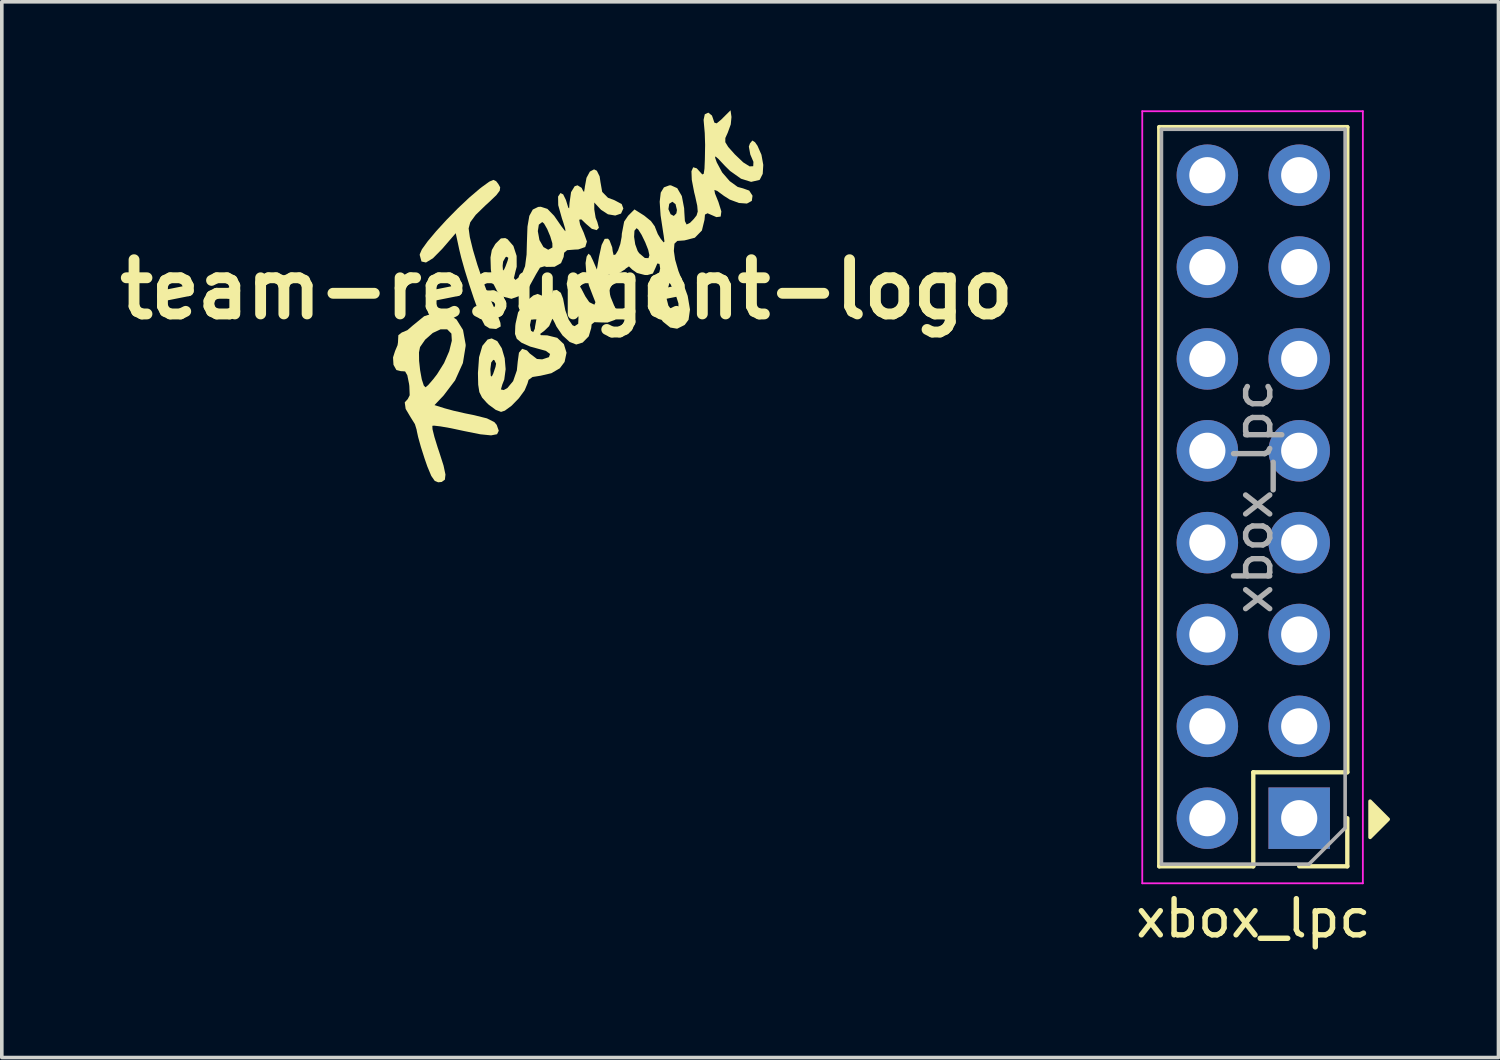
<source format=kicad_pcb>
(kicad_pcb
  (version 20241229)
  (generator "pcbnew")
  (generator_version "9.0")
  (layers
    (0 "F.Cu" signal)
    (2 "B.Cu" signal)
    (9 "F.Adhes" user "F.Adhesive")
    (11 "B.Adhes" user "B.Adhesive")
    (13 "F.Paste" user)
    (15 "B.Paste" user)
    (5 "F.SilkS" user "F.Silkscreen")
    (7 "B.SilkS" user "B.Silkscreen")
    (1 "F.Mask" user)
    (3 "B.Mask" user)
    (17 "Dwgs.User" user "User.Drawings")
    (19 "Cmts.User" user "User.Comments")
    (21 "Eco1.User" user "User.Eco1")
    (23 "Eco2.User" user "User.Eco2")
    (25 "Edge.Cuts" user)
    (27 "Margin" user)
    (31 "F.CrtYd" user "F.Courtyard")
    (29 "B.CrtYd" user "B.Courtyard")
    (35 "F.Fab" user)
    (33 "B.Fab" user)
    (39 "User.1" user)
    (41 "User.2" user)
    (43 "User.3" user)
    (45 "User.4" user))
  (footprint "team-resurgent-logo"
    (layer "F.Cu")
    (at 12.621 4.953)
    (property "Reference" "team-resurgent-logo" (at 0 0 0) (layer "F.SilkS") (effects (font (size 1.5 1.5) (thickness 0.3))))
    (attr board_only exclude_from_pos_files exclude_from_bom)
    (fp_poly (pts (xy -1.952 -2.993) (xy -1.892 -2.917) (xy -1.84 -2.823) (xy -1.852 -2.731) (xy -1.946 -2.606) (xy -2.144 -2.417) (xy -2.242 -2.328) (xy -2.517 -2.061) (xy -2.667 -1.857) (xy -2.712 -1.689) (xy -2.712 -1.687) (xy -2.679 -1.445) (xy -2.593 -1.093) (xy -2.47 -0.68) (xy -2.323 -0.25) (xy -2.169 0.149) (xy -2.03 0.452) (xy -1.908 0.716) (xy -1.834 0.923) (xy -1.825 1.024) (xy -1.952 1.094) (xy -2.132 1.079) (xy -2.266 0.995) (xy -2.339 0.855) (xy -2.445 0.593) (xy -2.569 0.248) (xy -2.698 -0.14) (xy -2.819 -0.529) (xy -2.918 -0.881) (xy -2.97 -1.095) (xy -3.069 -1.555) (xy -3.443 -1.121) (xy -3.699 -0.861) (xy -3.892 -0.744) (xy -4.016 -0.772) (xy -4.064 -0.947) (xy -4.064 -0.972) (xy -4.005 -1.108) (xy -3.845 -1.33) (xy -3.609 -1.611) (xy -3.323 -1.924) (xy -3.01 -2.242) (xy -2.696 -2.538) (xy -2.406 -2.785) (xy -2.34 -2.836) (xy -2.141 -2.98) (xy -2.028 -3.029)) (stroke (width 0) (type solid)) (fill yes) (layer "F.SilkS"))
    (fp_poly (pts (xy -3.306 0.665) (xy -3.048 0.831) (xy -2.868 1.12) (xy -2.795 1.521) (xy -2.794 1.562) (xy -2.871 2.036) (xy -3.087 2.515) (xy -3.404 2.933) (xy -3.656 3.199) (xy -3.373 3.288) (xy -3.134 3.353) (xy -2.81 3.427) (xy -2.558 3.478) (xy -2.206 3.566) (xy -2 3.67) (xy -1.936 3.746) (xy -1.879 3.908) (xy -1.926 4.004) (xy -2.092 4.036) (xy -2.39 4.006) (xy -2.833 3.917) (xy -2.852 3.913) (xy -3.202 3.838) (xy -3.488 3.788) (xy -3.67 3.767) (xy -3.716 3.772) (xy -3.711 3.867) (xy -3.658 4.081) (xy -3.567 4.375) (xy -3.527 4.493) (xy -3.406 4.871) (xy -3.353 5.119) (xy -3.369 5.261) (xy -3.457 5.324) (xy -3.554 5.334) (xy -3.65 5.294) (xy -3.745 5.158) (xy -3.854 4.897) (xy -3.93 4.678) (xy -4.033 4.354) (xy -4.109 4.081) (xy -4.147 3.907) (xy -4.149 3.885) (xy -4.198 3.725) (xy -4.318 3.533) (xy -4.454 3.304) (xy -4.479 3.124) (xy -4.395 3.031) (xy -4.342 2.926) (xy -4.352 2.671) (xy -4.36 2.611) (xy -4.408 2.373) (xy -4.469 2.268) (xy -4.567 2.26) (xy -4.576 2.263) (xy -4.71 2.229) (xy -4.791 2.084) (xy -4.803 1.881) (xy -4.759 1.742) (xy -4.085 1.742) (xy -4.082 1.975) (xy -4.053 2.241) (xy -4.008 2.486) (xy -3.952 2.658) (xy -3.904 2.707) (xy -3.829 2.643) (xy -3.691 2.483) (xy -3.586 2.347) (xy -3.391 2.035) (xy -3.249 1.708) (xy -3.177 1.417) (xy -3.189 1.221) (xy -3.305 1.104) (xy -3.489 1.104) (xy -3.704 1.204) (xy -3.914 1.389) (xy -4.056 1.594) (xy -4.085 1.742) (xy -4.759 1.742) (xy -4.747 1.705) (xy -4.678 1.542) (xy -4.666 1.464) (xy -4.656 1.266) (xy -4.554 1.186) (xy -4.543 1.185) (xy -4.406 1.127) (xy -4.268 1.007) (xy -3.943 0.742) (xy -3.613 0.632)) (stroke (width 0) (type solid)) (fill yes) (layer "F.SilkS"))
    (fp_poly (pts (xy 0.833 -3.282) (xy 0.91 -3.126) (xy 0.933 -2.968) (xy 0.981 -2.697) (xy 1.141 -2.534) (xy 1.32 -2.467) (xy 1.52 -2.361) (xy 1.566 -2.238) (xy 1.502 -2.097) (xy 1.342 -2.043) (xy 1.141 -2.077) (xy 0.95 -2.201) (xy 0.939 -2.212) (xy 0.762 -2.403) (xy 0.762 -2.212) (xy 0.8 -1.981) (xy 0.847 -1.862) (xy 0.89 -1.703) (xy 0.827 -1.639) (xy 0.695 -1.675) (xy 0.536 -1.811) (xy 0.402 -1.938) (xy 0.345 -1.926) (xy 0.37 -1.791) (xy 0.469 -1.572) (xy 0.559 -1.324) (xy 0.512 -1.172) (xy 0.322 -1.106) (xy 0.214 -1.101) (xy 0.012 -1.085) (xy -0.071 -1.015) (xy -0.085 -0.898) (xy -0.157 -0.727) (xy -0.335 -0.626) (xy -0.561 -0.622) (xy -0.616 -0.639) (xy -0.739 -0.603) (xy -0.846 -0.424) (xy -1.047 -0.059) (xy -1.28 0.172) (xy -1.528 0.26) (xy -1.771 0.197) (xy -1.908 0.081) (xy -2.027 -0.154) (xy -2.095 -0.526) (xy -2.099 -0.576) (xy -2.101 -0.651) (xy -1.772 -0.651) (xy -1.762 -0.521) (xy -1.728 -0.556) (xy -1.693 -0.635) (xy -1.632 -0.801) (xy -1.615 -0.873) (xy -1.662 -0.904) (xy -1.693 -0.889) (xy -1.759 -0.771) (xy -1.772 -0.651) (xy -2.101 -0.651) (xy -2.108 -0.884) (xy -2.071 -1.089) (xy -1.977 -1.252) (xy -1.961 -1.271) (xy -1.82 -1.41) (xy -1.7 -1.42) (xy -1.636 -1.388) (xy -1.475 -1.203) (xy -1.385 -0.926) (xy -1.383 -0.626) (xy -1.417 -0.498) (xy -1.461 -0.312) (xy -1.416 -0.262) (xy -1.301 -0.353) (xy -1.232 -0.442) (xy -1.152 -0.641) (xy -1.11 -0.964) (xy -1.101 -1.294) (xy -1.09 -1.612) (xy -0.799 -1.612) (xy -0.756 -1.374) (xy -0.75 -1.357) (xy -0.643 -1.171) (xy -0.512 -1.097) (xy -0.4 -1.157) (xy -0.395 -1.164) (xy -0.398 -1.277) (xy -0.455 -1.467) (xy -0.54 -1.67) (xy -0.627 -1.822) (xy -0.677 -1.863) (xy -0.771 -1.791) (xy -0.799 -1.612) (xy -1.09 -1.612) (xy -1.085 -1.737) (xy -1.034 -2.034) (xy -0.939 -2.208) (xy -0.79 -2.281) (xy -0.718 -2.286) (xy -0.534 -2.227) (xy -0.348 -2.036) (xy -0.286 -1.947) (xy -0.15 -1.75) (xy -0.057 -1.628) (xy -0.035 -1.609) (xy -0.043 -1.68) (xy -0.097 -1.859) (xy -0.131 -1.958) (xy -0.235 -2.329) (xy -0.239 -2.568) (xy -0.173 -2.665) (xy -0.098 -2.628) (xy -0.022 -2.473) (xy -0.011 -2.437) (xy 0.043 -2.262) (xy 0.067 -2.242) (xy 0.076 -2.368) (xy 0.077 -2.385) (xy 0.12 -2.689) (xy 0.22 -2.853) (xy 0.299 -2.879) (xy 0.412 -2.809) (xy 0.45 -2.731) (xy 0.479 -2.693) (xy 0.499 -2.808) (xy 0.501 -2.836) (xy 0.547 -3.086) (xy 0.64 -3.258) (xy 0.756 -3.32)) (stroke (width 0) (type solid)) (fill yes) (layer "F.SilkS"))
    (fp_poly (pts (xy 4.556 -4.768) (xy 4.536 -4.563) (xy 4.453 -4.334) (xy 4.386 -4.186) (xy 4.385 -4.072) (xy 4.466 -3.939) (xy 4.647 -3.736) (xy 4.882 -3.512) (xy 5.058 -3.402) (xy 5.157 -3.407) (xy 5.163 -3.527) (xy 5.076 -3.732) (xy 5.036 -3.949) (xy 5.066 -4.036) (xy 5.133 -4.117) (xy 5.207 -4.07) (xy 5.276 -3.971) (xy 5.385 -3.723) (xy 5.435 -3.444) (xy 5.42 -3.196) (xy 5.339 -3.035) (xy 5.326 -3.026) (xy 5.099 -2.974) (xy 4.82 -3.061) (xy 4.517 -3.276) (xy 4.378 -3.413) (xy 4.198 -3.605) (xy 4.113 -3.679) (xy 4.103 -3.644) (xy 4.149 -3.513) (xy 4.299 -3.234) (xy 4.507 -2.994) (xy 4.728 -2.834) (xy 4.875 -2.794) (xy 5.046 -2.733) (xy 5.138 -2.591) (xy 5.118 -2.448) (xy 4.983 -2.374) (xy 4.762 -2.39) (xy 4.507 -2.485) (xy 4.347 -2.587) (xy 4.161 -2.724) (xy 4.083 -2.751) (xy 4.1 -2.653) (xy 4.194 -2.42) (xy 4.276 -2.157) (xy 4.257 -2.014) (xy 4.139 -1.999) (xy 4.064 -2.032) (xy 3.894 -2.106) (xy 3.823 -2.069) (xy 3.81 -1.924) (xy 3.738 -1.629) (xy 3.543 -1.429) (xy 3.256 -1.355) (xy 3.255 -1.355) (xy 3.059 -1.341) (xy 2.979 -1.265) (xy 2.963 -1.076) (xy 2.963 -1.061) (xy 2.998 -0.822) (xy 3.088 -0.512) (xy 3.18 -0.278) (xy 3.345 0.178) (xy 3.409 0.557) (xy 3.369 0.84) (xy 3.262 0.983) (xy 3.053 1.087) (xy 2.863 1.054) (xy 2.663 0.893) (xy 2.527 0.714) (xy 2.466 0.492) (xy 2.455 0.263) (xy 2.456 0.26) (xy 2.763 0.26) (xy 2.811 0.448) (xy 2.902 0.569) (xy 3.011 0.585) (xy 3.09 0.509) (xy 3.089 0.386) (xy 3.024 0.182) (xy 2.993 0.113) (xy 2.845 -0.199) (xy 2.781 0.04) (xy 2.763 0.26) (xy 2.456 0.26) (xy 2.473 -0.036) (xy 2.516 -0.301) (xy 2.541 -0.383) (xy 2.584 -0.579) (xy 2.565 -0.705) (xy 2.505 -0.717) (xy 2.453 -0.592) (xy 2.381 -0.439) (xy 2.231 -0.397) (xy 2.154 -0.4) (xy 1.941 -0.456) (xy 1.811 -0.549) (xy 1.721 -0.636) (xy 1.633 -0.578) (xy 1.609 -0.551) (xy 1.446 -0.451) (xy 1.295 -0.423) (xy 1.166 -0.411) (xy 1.117 -0.344) (xy 1.128 -0.176) (xy 1.146 -0.065) (xy 1.215 0.211) (xy 1.31 0.445) (xy 1.333 0.485) (xy 1.404 0.694) (xy 1.328 0.845) (xy 1.125 0.917) (xy 0.957 0.913) (xy 0.765 0.906) (xy 0.689 0.966) (xy 0.677 1.069) (xy 0.609 1.298) (xy 0.442 1.469) (xy 0.263 1.524) (xy 0.082 1.453) (xy -0.116 1.272) (xy -0.283 1.028) (xy -0.328 0.931) (xy -0.391 0.811) (xy -0.418 0.854) (xy -0.418 0.863) (xy -0.487 1.016) (xy -0.612 1.138) (xy -0.733 1.23) (xy -0.717 1.265) (xy -0.548 1.27) (xy -0.54 1.27) (xy -0.263 1.338) (xy -0.079 1.513) (xy -0.005 1.751) (xy -0.059 2.006) (xy -0.191 2.181) (xy -0.424 2.317) (xy -0.72 2.386) (xy -0.947 2.422) (xy -1.055 2.501) (xy -1.085 2.604) (xy -1.163 2.79) (xy -1.324 3.01) (xy -1.521 3.213) (xy -1.711 3.353) (xy -1.816 3.387) (xy -1.964 3.33) (xy -2.155 3.189) (xy -2.208 3.139) (xy -2.341 2.99) (xy -2.416 2.84) (xy -2.448 2.635) (xy -2.455 2.318) (xy -2.455 2.311) (xy -2.447 2.201) (xy -2.111 2.201) (xy -2.111 2.223) (xy -2.1 2.392) (xy -2.072 2.408) (xy -2.032 2.328) (xy -1.969 2.142) (xy -1.953 2.053) (xy -2.001 1.955) (xy -2.032 1.947) (xy -2.088 2.021) (xy -2.111 2.201) (xy -2.447 2.201) (xy -2.424 1.874) (xy -2.333 1.561) (xy -2.189 1.386) (xy -2.074 1.355) (xy -1.919 1.431) (xy -1.795 1.629) (xy -1.715 1.903) (xy -1.689 2.206) (xy -1.727 2.493) (xy -1.781 2.63) (xy -1.82 2.766) (xy -1.743 2.783) (xy -1.643 2.729) (xy -1.482 2.536) (xy -1.379 2.24) (xy -1.355 2) (xy -1.321 1.75) (xy -1.231 1.642) (xy -1.099 1.687) (xy -1.019 1.774) (xy -0.823 1.923) (xy -0.678 1.934) (xy -0.492 1.873) (xy -0.46 1.785) (xy -0.578 1.699) (xy -0.737 1.655) (xy -1.009 1.581) (xy -1.241 1.478) (xy -1.259 1.467) (xy -1.381 1.365) (xy -1.43 1.231) (xy -1.422 1.004) (xy -1.419 0.984) (xy -1.016 0.984) (xy -0.987 1.142) (xy -0.927 1.181) (xy -0.882 1.087) (xy -0.877 1.037) (xy -0.84 0.834) (xy -0.801 0.72) (xy -0.763 0.604) (xy -0.82 0.624) (xy -0.873 0.667) (xy -0.987 0.84) (xy -1.016 0.984) (xy -1.419 0.984) (xy -1.415 0.947) (xy -1.345 0.636) (xy -1.192 0.402) (xy -1.102 0.315) (xy -0.925 0.168) (xy -0.808 0.125) (xy -0.687 0.171) (xy -0.628 0.209) (xy -0.483 0.293) (xy -0.43 0.271) (xy -0.423 0.165) (xy -0.377 0.032) (xy -0.273 0.013) (xy -0.163 0.094) (xy -0.101 0.255) (xy -0.039 0.576) (xy 0.054 0.835) (xy 0.159 0.99) (xy 0.218 1.016) (xy 0.318 0.95) (xy 0.325 0.769) (xy 0.244 0.499) (xy 0.169 0.339) (xy 0.063 0.092) (xy 0.004 -0.119) (xy 0 -0.166) (xy 0.041 -0.312) (xy 0.144 -0.328) (xy 0.276 -0.225) (xy 0.404 -0.021) (xy 0.516 0.194) (xy 0.615 0.339) (xy 0.635 0.359) (xy 0.765 0.422) (xy 0.794 0.355) (xy 0.724 0.178) (xy 0.614 -0.108) (xy 0.542 -0.433) (xy 0.521 -0.729) (xy 0.55 -0.907) (xy 0.602 -0.988) (xy 0.659 -0.939) (xy 0.724 -0.804) (xy 0.834 -0.55) (xy 0.892 -0.898) (xy 0.965 -1.229) (xy 1.05 -1.398) (xy 1.142 -1.403) (xy 1.184 -1.355) (xy 1.258 -1.162) (xy 1.271 -1.058) (xy 1.297 -0.949) (xy 1.352 -0.968) (xy 1.42 -1.081) (xy 1.481 -1.254) (xy 1.519 -1.453) (xy 1.519 -1.454) (xy 1.863 -1.454) (xy 1.894 -1.247) (xy 1.961 -1.063) (xy 2.003 -1.002) (xy 2.16 -0.869) (xy 2.261 -0.865) (xy 2.286 -0.945) (xy 2.253 -1.095) (xy 2.171 -1.302) (xy 2.07 -1.51) (xy 1.977 -1.657) (xy 1.931 -1.693) (xy 1.873 -1.623) (xy 1.863 -1.454) (xy 1.519 -1.454) (xy 1.524 -1.54) (xy 1.588 -1.875) (xy 1.698 -2.037) (xy 1.873 -2.212) (xy 2.143 -2.041) (xy 2.329 -1.89) (xy 2.438 -1.74) (xy 2.444 -1.718) (xy 2.519 -1.53) (xy 2.601 -1.397) (xy 2.681 -1.3) (xy 2.703 -1.325) (xy 2.68 -1.495) (xy 2.675 -1.524) (xy 2.596 -2.046) (xy 2.584 -2.22) (xy 2.812 -2.22) (xy 2.873 -2.079) (xy 2.961 -2.032) (xy 3.032 -2.103) (xy 3.048 -2.196) (xy 3.009 -2.358) (xy 2.921 -2.424) (xy 2.835 -2.368) (xy 2.812 -2.22) (xy 2.584 -2.22) (xy 2.571 -2.425) (xy 2.6 -2.677) (xy 2.688 -2.822) (xy 2.836 -2.877) (xy 2.879 -2.879) (xy 3.056 -2.8) (xy 3.183 -2.581) (xy 3.247 -2.245) (xy 3.252 -2.139) (xy 3.268 -1.89) (xy 3.315 -1.795) (xy 3.41 -1.842) (xy 3.513 -1.947) (xy 3.591 -2.046) (xy 3.623 -2.153) (xy 3.609 -2.315) (xy 3.551 -2.58) (xy 3.525 -2.682) (xy 3.458 -3.031) (xy 3.449 -3.268) (xy 3.497 -3.378) (xy 3.596 -3.348) (xy 3.68 -3.255) (xy 3.749 -3.179) (xy 3.788 -3.197) (xy 3.809 -3.335) (xy 3.82 -3.598) (xy 3.827 -3.997) (xy 3.817 -4.323) (xy 3.786 -4.674) (xy 3.785 -4.69) (xy 3.818 -4.843) (xy 3.916 -4.888) (xy 4.015 -4.809) (xy 4.037 -4.75) (xy 4.083 -4.612) (xy 4.146 -4.592) (xy 4.268 -4.692) (xy 4.339 -4.763) (xy 4.53 -4.953)) (stroke (width 0) (type solid)) (fill yes) (layer "F.SilkS")))
  (footprint "xbox_lpc"
    (layer "F.Cu")
    (at 32.836 19.605)
    (property "Reference" "xbox_lpc" (at -1.23 2.74 0) (layer "F.SilkS") (effects (font (size 1 1) (thickness 0.15))))
    (attr through_hole)
    (fp_line (start -3.83 -19.14) (end 1.37 -19.14) (stroke (width 0.12) (type solid)) (layer "F.SilkS"))
    (fp_line (start -3.83 1.3) (end -3.83 -19.14) (stroke (width 0.12) (type solid)) (layer "F.SilkS"))
    (fp_line (start -3.83 1.3) (end -1.23 1.3) (stroke (width 0.12) (type solid)) (layer "F.SilkS"))
    (fp_line (start -1.23 -1.3) (end 1.37 -1.3) (stroke (width 0.12) (type solid)) (layer "F.SilkS"))
    (fp_line (start -1.23 1.3) (end -1.23 -1.3) (stroke (width 0.12) (type solid)) (layer "F.SilkS"))
    (fp_line (start 0.04 1.3) (end 1.37 1.3) (stroke (width 0.12) (type solid)) (layer "F.SilkS"))
    (fp_line (start 1.37 -1.3) (end 1.37 -19.14) (stroke (width 0.12) (type solid)) (layer "F.SilkS"))
    (fp_line (start 1.37 1.3) (end 1.37 -0.03) (stroke (width 0.12) (type solid)) (layer "F.SilkS"))
    (fp_poly (pts (xy 2 -0.5) (xy 2 0.5) (xy 2.5 0)) (stroke (width 0.1) (type solid)) (fill yes) (layer "F.SilkS"))
    (fp_line (start -4.3 -19.58) (end -4.3 1.77) (stroke (width 0.05) (type solid)) (layer "F.CrtYd"))
    (fp_line (start -4.3 1.77) (end 1.8 1.77) (stroke (width 0.05) (type solid)) (layer "F.CrtYd"))
    (fp_line (start 1.8 -19.58) (end -4.3 -19.58) (stroke (width 0.05) (type solid)) (layer "F.CrtYd"))
    (fp_line (start 1.8 1.77) (end 1.8 -19.58) (stroke (width 0.05) (type solid)) (layer "F.CrtYd"))
    (fp_line (start -3.77 -19.08) (end -3.77 1.24) (stroke (width 0.1) (type solid)) (layer "F.Fab"))
    (fp_line (start -3.77 1.24) (end 0.31 1.24) (stroke (width 0.1) (type solid)) (layer "F.Fab"))
    (fp_line (start 0.31 1.24) (end 1.31 0.24) (stroke (width 0.1) (type solid)) (layer "F.Fab"))
    (fp_line (start 1.31 -19.08) (end -3.77 -19.08) (stroke (width 0.1) (type solid)) (layer "F.Fab"))
    (fp_line (start 1.31 0.24) (end 1.31 -19.08) (stroke (width 0.1) (type solid)) (layer "F.Fab"))
    (fp_text user "${REFERENCE}" (at -1.23 -8.92 90) (layer "F.Fab") (effects (font (size 1 1) (thickness 0.15))))
    (pad "1" thru_hole rect (at 0.04 -0.03) (size 1.7 1.7) (drill 1) (layers "*.Cu" "*.Mask"))
    (pad "2" thru_hole oval (at -2.5 -0.03) (size 1.7 1.7) (drill 1) (layers "*.Cu" "*.Mask"))
    (pad "3" thru_hole oval (at 0.04 -2.57) (size 1.7 1.7) (drill 1) (layers "*.Cu" "*.Mask"))
    (pad "4" thru_hole oval (at -2.5 -2.57) (size 1.7 1.7) (drill 1) (layers "*.Cu" "*.Mask"))
    (pad "5" thru_hole oval (at 0.04 -5.11) (size 1.7 1.7) (drill 1) (layers "*.Cu" "*.Mask"))
    (pad "6" thru_hole oval (at -2.5 -5.11) (size 1.7 1.7) (drill 1) (layers "*.Cu" "*.Mask"))
    (pad "7" thru_hole oval (at 0.04 -7.65) (size 1.7 1.7) (drill 1) (layers "*.Cu" "*.Mask"))
    (pad "8" thru_hole oval (at -2.5 -7.65) (size 1.7 1.7) (drill 1) (layers "*.Cu" "*.Mask"))
    (pad "9" thru_hole oval (at 0.04 -10.19) (size 1.7 1.7) (drill 1) (layers "*.Cu" "*.Mask"))
    (pad "10" thru_hole oval (at -2.5 -10.19) (size 1.7 1.7) (drill 1) (layers "*.Cu" "*.Mask"))
    (pad "11" thru_hole oval (at 0.04 -12.73) (size 1.7 1.7) (drill 1) (layers "*.Cu" "*.Mask"))
    (pad "12" thru_hole oval (at -2.5 -12.73) (size 1.7 1.7) (drill 1) (layers "*.Cu" "*.Mask"))
    (pad "13" thru_hole oval (at 0.04 -15.27) (size 1.7 1.7) (drill 1) (layers "*.Cu" "*.Mask"))
    (pad "14" thru_hole oval (at -2.5 -15.27) (size 1.7 1.7) (drill 1) (layers "*.Cu" "*.Mask"))
    (pad "15" thru_hole oval (at 0.04 -17.81) (size 1.7 1.7) (drill 1) (layers "*.Cu" "*.Mask"))
    (pad "16" thru_hole oval (at -2.5 -17.81) (size 1.7 1.7) (drill 1) (layers "*.Cu" "*.Mask")))
  (gr_rect
    (start -3 -3)
    (end 38.386 26.193)
    (stroke (width 0.1) (type default))
    (fill no)
    (layer "Edge.Cuts")))
</source>
